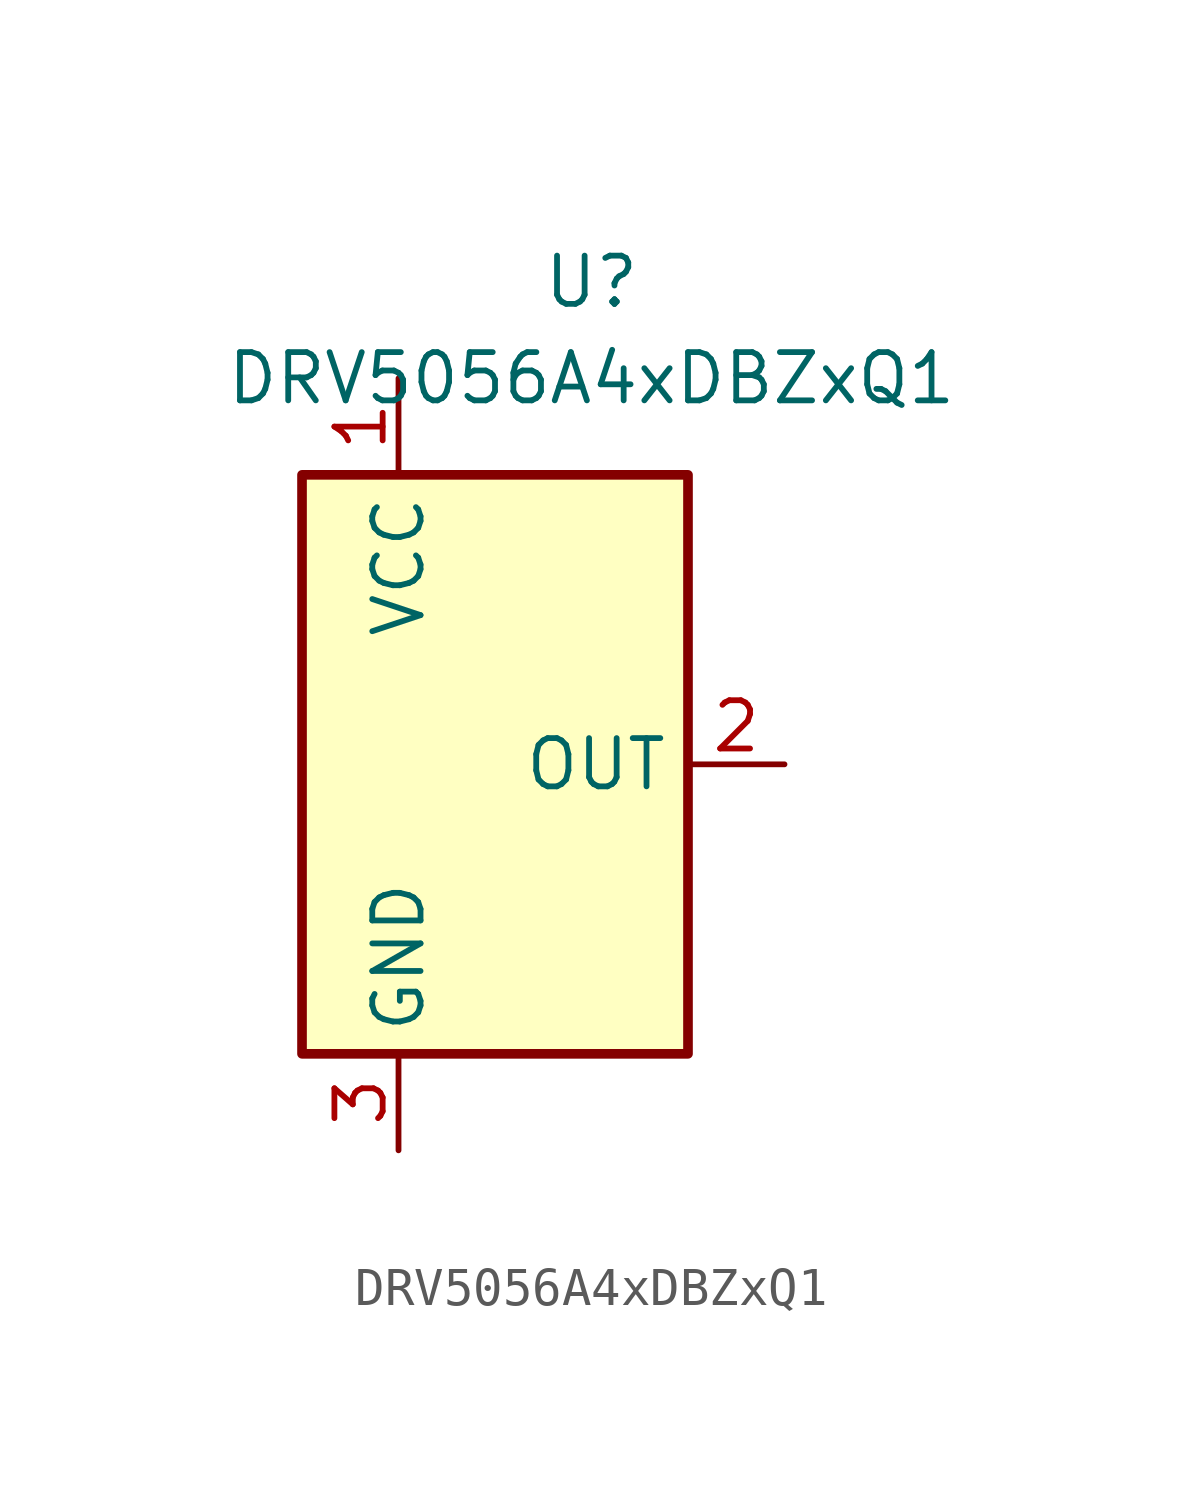
<source format=kicad_sym>
(kicad_symbol_lib
  (version 20220914)
  (generator kicad_symbol_editor)
  (symbol "DRV5056A4xDBZxQ1"
    (property "Reference" "U"
      (at 2.54 12.7 0)
      (effects (font (size 1.27 1.27))))
    (property "Value" "DRV5056A4xDBZxQ1"
      (at 2.54 10.16 0)
      (effects (font (size 1.27 1.27))))
    (symbol "DRV5056A4xDBZxQ1_1_1"
      (rectangle (start -5.08 7.62) (end 5.08 -7.62) (stroke (width 0.254) (type default)) (fill (type background)))
      (pin power_in line (at -2.54 10.16 270) (length 2.54) (name "VCC" (effects (font (size 1.27 1.27)))) (number "1" (effects (font (size 1.27 1.27)))))
      (pin output line (at 7.62 0 180) (length 2.54) (name "OUT" (effects (font (size 1.27 1.27)))) (number "2" (effects (font (size 1.27 1.27)))))
      (pin power_in line (at -2.54 -10.16 90) (length 2.54) (name "GND" (effects (font (size 1.27 1.27)))) (number "3" (effects (font (size 1.27 1.27))))))))
</source>
